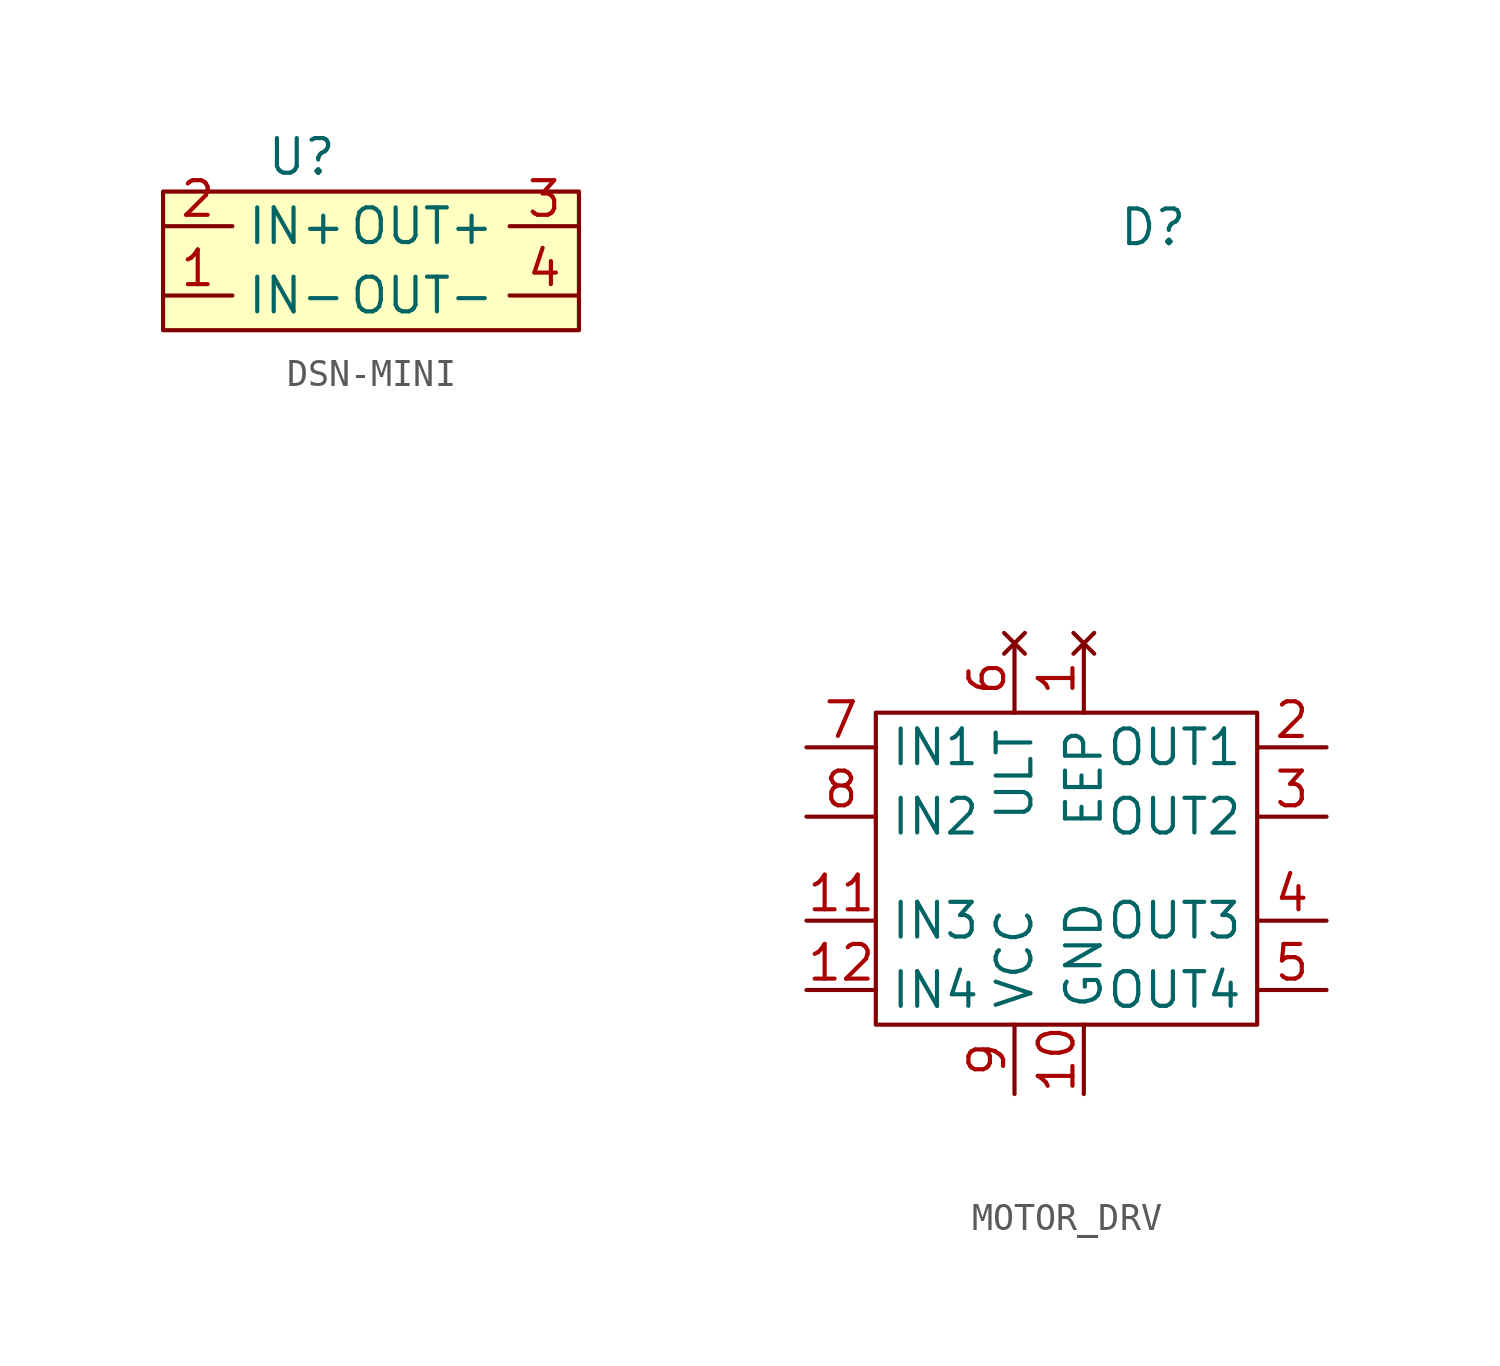
<source format=kicad_sym>
(kicad_symbol_lib
  (version 20220914)
  (generator kicad_symbol_editor)
  (symbol "DSN-MINI"
    (property "Reference" "U"
      (at 0 0 0)
      (effects (font (size 1.27 1.27))))
    (property "Value" ""
      (at 0 0 0)
      (effects (font (size 1.27 1.27))))
    (symbol "DSN-MINI_1_1"
      (rectangle (start -5.08 -1.27) (end 10.16 -6.35) (stroke (width 0) (type default)) (fill (type background)))
      (pin power_in line (at -5.08 -5.08 0) (length 2.54) (name "IN-" (effects (font (size 1.27 1.27)))) (number "1" (effects (font (size 1.27 1.27)))))
      (pin power_in line (at -5.08 -2.54 0) (length 2.54) (name "IN+" (effects (font (size 1.27 1.27)))) (number "2" (effects (font (size 1.27 1.27)))))
      (pin power_out line (at 10.16 -2.54 180) (length 2.54) (name "OUT+" (effects (font (size 1.27 1.27)))) (number "3" (effects (font (size 1.27 1.27)))))
      (pin power_out line (at 10.16 -5.08 180) (length 2.54) (name "OUT-" (effects (font (size 1.27 1.27)))) (number "4" (effects (font (size 1.27 1.27)))))))
  (symbol "MOTOR_DRV"
    (property "Reference" "D"
      (at 0 0 0)
      (effects (font (size 1.27 1.27))))
    (property "Value" ""
      (at 0 0 0)
      (effects (font (size 1.27 1.27))))
    (symbol "MOTOR_DRV_0_1"
      (rectangle (start -10.16 -17.78) (end 3.81 -29.21) (stroke (width 0) (type default)) (fill (type none))))
    (symbol "MOTOR_DRV_1_1"
      (pin no_connect line (at -2.54 -15.24 270) (length 2.54) (name "EEP" (effects (font (size 1.27 1.27)))) (number "1" (effects (font (size 1.27 1.27)))))
      (pin power_in line (at -2.54 -31.75 90) (length 2.54) (name "GND" (effects (font (size 1.27 1.27)))) (number "10" (effects (font (size 1.27 1.27)))))
      (pin input line (at -12.7 -25.4 0) (length 2.54) (name "IN3" (effects (font (size 1.27 1.27)))) (number "11" (effects (font (size 1.27 1.27)))))
      (pin input line (at -12.7 -27.94 0) (length 2.54) (name "IN4" (effects (font (size 1.27 1.27)))) (number "12" (effects (font (size 1.27 1.27)))))
      (pin power_out line (at 6.35 -19.05 180) (length 2.54) (name "OUT1" (effects (font (size 1.27 1.27)))) (number "2" (effects (font (size 1.27 1.27)))))
      (pin power_out line (at 6.35 -21.59 180) (length 2.54) (name "OUT2" (effects (font (size 1.27 1.27)))) (number "3" (effects (font (size 1.27 1.27)))))
      (pin power_out line (at 6.35 -25.4 180) (length 2.54) (name "OUT3" (effects (font (size 1.27 1.27)))) (number "4" (effects (font (size 1.27 1.27)))))
      (pin power_out line (at 6.35 -27.94 180) (length 2.54) (name "OUT4" (effects (font (size 1.27 1.27)))) (number "5" (effects (font (size 1.27 1.27)))))
      (pin no_connect line (at -5.08 -15.24 270) (length 2.54) (name "ULT" (effects (font (size 1.27 1.27)))) (number "6" (effects (font (size 1.27 1.27)))))
      (pin input line (at -12.7 -19.05 0) (length 2.54) (name "IN1" (effects (font (size 1.27 1.27)))) (number "7" (effects (font (size 1.27 1.27)))))
      (pin input line (at -12.7 -21.59 0) (length 2.54) (name "IN2" (effects (font (size 1.27 1.27)))) (number "8" (effects (font (size 1.27 1.27)))))
      (pin power_in line (at -5.08 -31.75 90) (length 2.54) (name "VCC" (effects (font (size 1.27 1.27)))) (number "9" (effects (font (size 1.27 1.27))))))))
</source>
